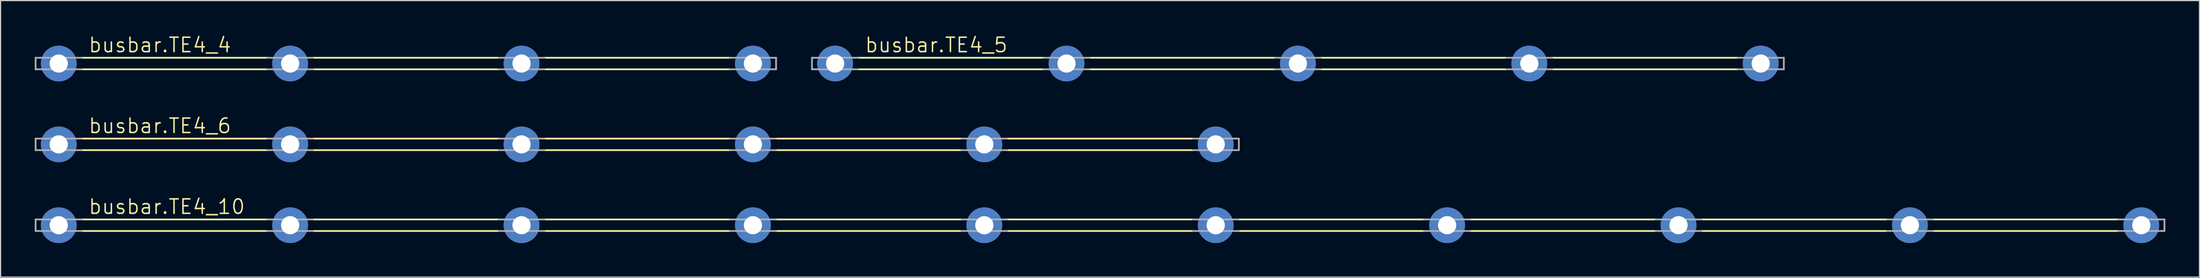
<source format=kicad_pcb>
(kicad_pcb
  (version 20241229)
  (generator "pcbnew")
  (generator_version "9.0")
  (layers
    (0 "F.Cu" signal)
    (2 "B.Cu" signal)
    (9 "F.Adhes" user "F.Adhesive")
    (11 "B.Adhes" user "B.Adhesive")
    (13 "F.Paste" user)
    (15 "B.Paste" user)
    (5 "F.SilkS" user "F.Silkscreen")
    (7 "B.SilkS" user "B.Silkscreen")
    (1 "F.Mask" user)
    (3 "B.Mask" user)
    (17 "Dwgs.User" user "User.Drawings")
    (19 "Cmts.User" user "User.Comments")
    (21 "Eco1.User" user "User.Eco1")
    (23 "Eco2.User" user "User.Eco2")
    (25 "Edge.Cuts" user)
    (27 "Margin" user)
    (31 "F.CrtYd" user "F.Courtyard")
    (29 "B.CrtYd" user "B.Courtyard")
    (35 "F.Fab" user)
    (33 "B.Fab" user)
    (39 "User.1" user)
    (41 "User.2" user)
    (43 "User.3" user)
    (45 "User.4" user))
  (footprint "busbar.TE4_10"
    (layer "F.Cu")
    (at 93.548 16.797)
    (property "Reference" "busbar.TE4_10" (at -88.9 -0.889 0) (layer "F.SilkS") (effects (font (size 1.27 1.27) (thickness 0.13)) (justify left bottom)))
    (attr through_hole)
    (fp_line (start -89.408 -0.508) (end -73.152 -0.508) (stroke (width 0.152) (type default)) (layer "F.SilkS"))
    (fp_line (start -89.408 0.508) (end -73.152 0.508) (stroke (width 0.152) (type default)) (layer "F.SilkS"))
    (fp_line (start -69.088 -0.508) (end -52.832 -0.508) (stroke (width 0.152) (type default)) (layer "F.SilkS"))
    (fp_line (start -69.088 0.508) (end -52.832 0.508) (stroke (width 0.152) (type default)) (layer "F.SilkS"))
    (fp_line (start -48.768 -0.508) (end -32.512 -0.508) (stroke (width 0.152) (type default)) (layer "F.SilkS"))
    (fp_line (start -48.768 0.508) (end -32.512 0.508) (stroke (width 0.152) (type default)) (layer "F.SilkS"))
    (fp_line (start -28.448 -0.508) (end -12.192 -0.508) (stroke (width 0.152) (type default)) (layer "F.SilkS"))
    (fp_line (start -28.448 0.508) (end -12.192 0.508) (stroke (width 0.152) (type default)) (layer "F.SilkS"))
    (fp_line (start -8.128 -0.508) (end 8.128 -0.508) (stroke (width 0.152) (type default)) (layer "F.SilkS"))
    (fp_line (start -8.128 0.508) (end 8.128 0.508) (stroke (width 0.152) (type default)) (layer "F.SilkS"))
    (fp_line (start 12.192 -0.508) (end 28.448 -0.508) (stroke (width 0.152) (type default)) (layer "F.SilkS"))
    (fp_line (start 12.192 0.508) (end 28.448 0.508) (stroke (width 0.152) (type default)) (layer "F.SilkS"))
    (fp_line (start 32.512 -0.508) (end 48.768 -0.508) (stroke (width 0.152) (type default)) (layer "F.SilkS"))
    (fp_line (start 32.512 0.508) (end 48.768 0.508) (stroke (width 0.152) (type default)) (layer "F.SilkS"))
    (fp_line (start 52.832 -0.508) (end 69.088 -0.508) (stroke (width 0.152) (type default)) (layer "F.SilkS"))
    (fp_line (start 52.832 0.508) (end 69.088 0.508) (stroke (width 0.152) (type default)) (layer "F.SilkS"))
    (fp_line (start 73.152 -0.508) (end 89.408 -0.508) (stroke (width 0.152) (type default)) (layer "F.SilkS"))
    (fp_line (start 73.152 0.508) (end 89.408 0.508) (stroke (width 0.152) (type default)) (layer "F.SilkS"))
    (fp_line (start -93.472 -0.508) (end -93.472 0.508) (stroke (width 0.152) (type default)) (layer "F.Fab"))
    (fp_line (start -93.472 0.508) (end -89.408 0.508) (stroke (width 0.152) (type default)) (layer "F.Fab"))
    (fp_line (start -89.408 -0.508) (end -93.472 -0.508) (stroke (width 0.152) (type default)) (layer "F.Fab"))
    (fp_line (start -73.152 0.508) (end -69.088 0.508) (stroke (width 0.152) (type default)) (layer "F.Fab"))
    (fp_line (start -69.088 -0.508) (end -73.152 -0.508) (stroke (width 0.152) (type default)) (layer "F.Fab"))
    (fp_line (start -48.768 -0.508) (end -52.832 -0.508) (stroke (width 0.152) (type default)) (layer "F.Fab"))
    (fp_line (start -48.768 0.508) (end -52.832 0.508) (stroke (width 0.152) (type default)) (layer "F.Fab"))
    (fp_line (start -32.512 0.508) (end -28.448 0.508) (stroke (width 0.152) (type default)) (layer "F.Fab"))
    (fp_line (start -28.448 -0.508) (end -32.512 -0.508) (stroke (width 0.152) (type default)) (layer "F.Fab"))
    (fp_line (start -12.192 0.508) (end -8.128 0.508) (stroke (width 0.152) (type default)) (layer "F.Fab"))
    (fp_line (start -8.128 -0.508) (end -12.192 -0.508) (stroke (width 0.152) (type default)) (layer "F.Fab"))
    (fp_line (start 12.192 -0.508) (end 8.128 -0.508) (stroke (width 0.152) (type default)) (layer "F.Fab"))
    (fp_line (start 12.192 0.508) (end 8.128 0.508) (stroke (width 0.152) (type default)) (layer "F.Fab"))
    (fp_line (start 28.448 0.508) (end 32.512 0.508) (stroke (width 0.152) (type default)) (layer "F.Fab"))
    (fp_line (start 32.512 -0.508) (end 28.448 -0.508) (stroke (width 0.152) (type default)) (layer "F.Fab"))
    (fp_line (start 48.768 0.508) (end 52.832 0.508) (stroke (width 0.152) (type default)) (layer "F.Fab"))
    (fp_line (start 52.832 -0.508) (end 48.768 -0.508) (stroke (width 0.152) (type default)) (layer "F.Fab"))
    (fp_line (start 73.152 -0.508) (end 69.088 -0.508) (stroke (width 0.152) (type default)) (layer "F.Fab"))
    (fp_line (start 73.152 0.508) (end 69.088 0.508) (stroke (width 0.152) (type default)) (layer "F.Fab"))
    (fp_line (start 93.472 -0.508) (end 89.408 -0.508) (stroke (width 0.152) (type default)) (layer "F.Fab"))
    (fp_line (start 93.472 -0.508) (end 93.472 0.508) (stroke (width 0.152) (type default)) (layer "F.Fab"))
    (fp_line (start 93.472 0.508) (end 89.408 0.508) (stroke (width 0.152) (type default)) (layer "F.Fab"))
    (pad "1" thru_hole circle (at -91.44 0) (size 3.15 3.15) (drill 1.6) (layers "*.Cu" "*.Mask"))
    (pad "2" thru_hole circle (at -71.12 0) (size 3.15 3.15) (drill 1.6) (layers "*.Cu" "*.Mask"))
    (pad "3" thru_hole circle (at -50.8 0) (size 3.15 3.15) (drill 1.6) (layers "*.Cu" "*.Mask"))
    (pad "4" thru_hole circle (at -30.48 0) (size 3.15 3.15) (drill 1.6) (layers "*.Cu" "*.Mask"))
    (pad "5" thru_hole circle (at -10.16 0) (size 3.15 3.15) (drill 1.6) (layers "*.Cu" "*.Mask"))
    (pad "6" thru_hole circle (at 10.16 0) (size 3.15 3.15) (drill 1.6) (layers "*.Cu" "*.Mask"))
    (pad "7" thru_hole circle (at 30.48 0) (size 3.15 3.15) (drill 1.6) (layers "*.Cu" "*.Mask"))
    (pad "8" thru_hole circle (at 50.8 0) (size 3.15 3.15) (drill 1.6) (layers "*.Cu" "*.Mask"))
    (pad "9" thru_hole circle (at 71.12 0) (size 3.15 3.15) (drill 1.6) (layers "*.Cu" "*.Mask"))
    (pad "10" thru_hole circle (at 91.44 0) (size 3.15 3.15) (drill 1.6) (layers "*.Cu" "*.Mask")))
  (footprint "busbar.TE4_4"
    (layer "F.Cu")
    (at 32.588 2.549)
    (property "Reference" "busbar.TE4_4" (at -27.94 -0.889 0) (layer "F.SilkS") (effects (font (size 1.27 1.27) (thickness 0.13)) (justify left bottom)))
    (attr through_hole)
    (fp_line (start -28.448 -0.508) (end -12.192 -0.508) (stroke (width 0.152) (type default)) (layer "F.SilkS"))
    (fp_line (start -28.448 0.508) (end -12.192 0.508) (stroke (width 0.152) (type default)) (layer "F.SilkS"))
    (fp_line (start -8.128 -0.508) (end 8.128 -0.508) (stroke (width 0.152) (type default)) (layer "F.SilkS"))
    (fp_line (start -8.128 0.508) (end 8.128 0.508) (stroke (width 0.152) (type default)) (layer "F.SilkS"))
    (fp_line (start 12.192 -0.508) (end 28.448 -0.508) (stroke (width 0.152) (type default)) (layer "F.SilkS"))
    (fp_line (start 12.192 0.508) (end 28.448 0.508) (stroke (width 0.152) (type default)) (layer "F.SilkS"))
    (fp_line (start -32.512 -0.508) (end -32.512 0.508) (stroke (width 0.152) (type default)) (layer "F.Fab"))
    (fp_line (start -32.512 0.508) (end -28.448 0.508) (stroke (width 0.152) (type default)) (layer "F.Fab"))
    (fp_line (start -28.448 -0.508) (end -32.512 -0.508) (stroke (width 0.152) (type default)) (layer "F.Fab"))
    (fp_line (start -12.192 0.508) (end -8.128 0.508) (stroke (width 0.152) (type default)) (layer "F.Fab"))
    (fp_line (start -8.128 -0.508) (end -12.192 -0.508) (stroke (width 0.152) (type default)) (layer "F.Fab"))
    (fp_line (start 8.128 -0.508) (end 12.192 -0.508) (stroke (width 0.152) (type default)) (layer "F.Fab"))
    (fp_line (start 8.128 0.508) (end 12.192 0.508) (stroke (width 0.152) (type default)) (layer "F.Fab"))
    (fp_line (start 28.448 0.508) (end 32.512 0.508) (stroke (width 0.152) (type default)) (layer "F.Fab"))
    (fp_line (start 32.512 -0.508) (end 28.448 -0.508) (stroke (width 0.152) (type default)) (layer "F.Fab"))
    (fp_line (start 32.512 0.508) (end 32.512 -0.508) (stroke (width 0.152) (type default)) (layer "F.Fab"))
    (pad "1" thru_hole circle (at -30.48 0) (size 3.15 3.15) (drill 1.6) (layers "*.Cu" "*.Mask"))
    (pad "2" thru_hole circle (at -10.16 0) (size 3.15 3.15) (drill 1.6) (layers "*.Cu" "*.Mask"))
    (pad "3" thru_hole circle (at 10.16 0) (size 3.15 3.15) (drill 1.6) (layers "*.Cu" "*.Mask"))
    (pad "4" thru_hole circle (at 30.48 0) (size 3.15 3.15) (drill 1.6) (layers "*.Cu" "*.Mask")))
  (footprint "busbar.TE4_6"
    (layer "F.Cu")
    (at 52.908 9.673)
    (property "Reference" "busbar.TE4_6" (at -48.26 -0.889 0) (layer "F.SilkS") (effects (font (size 1.27 1.27) (thickness 0.13)) (justify left bottom)))
    (attr through_hole)
    (fp_line (start -48.768 -0.508) (end -32.512 -0.508) (stroke (width 0.152) (type default)) (layer "F.SilkS"))
    (fp_line (start -48.768 0.508) (end -32.512 0.508) (stroke (width 0.152) (type default)) (layer "F.SilkS"))
    (fp_line (start -28.448 -0.508) (end -12.192 -0.508) (stroke (width 0.152) (type default)) (layer "F.SilkS"))
    (fp_line (start -28.448 0.508) (end -12.192 0.508) (stroke (width 0.152) (type default)) (layer "F.SilkS"))
    (fp_line (start -8.128 -0.508) (end 8.128 -0.508) (stroke (width 0.152) (type default)) (layer "F.SilkS"))
    (fp_line (start -8.128 0.508) (end 8.128 0.508) (stroke (width 0.152) (type default)) (layer "F.SilkS"))
    (fp_line (start 12.192 -0.508) (end 28.448 -0.508) (stroke (width 0.152) (type default)) (layer "F.SilkS"))
    (fp_line (start 12.192 0.508) (end 28.448 0.508) (stroke (width 0.152) (type default)) (layer "F.SilkS"))
    (fp_line (start 32.512 -0.508) (end 48.768 -0.508) (stroke (width 0.152) (type default)) (layer "F.SilkS"))
    (fp_line (start 32.512 0.508) (end 48.768 0.508) (stroke (width 0.152) (type default)) (layer "F.SilkS"))
    (fp_line (start -52.832 -0.508) (end -52.832 0.508) (stroke (width 0.152) (type default)) (layer "F.Fab"))
    (fp_line (start -52.832 0.508) (end -48.768 0.508) (stroke (width 0.152) (type default)) (layer "F.Fab"))
    (fp_line (start -48.768 -0.508) (end -52.832 -0.508) (stroke (width 0.152) (type default)) (layer "F.Fab"))
    (fp_line (start -32.512 0.508) (end -28.448 0.508) (stroke (width 0.152) (type default)) (layer "F.Fab"))
    (fp_line (start -28.448 -0.508) (end -32.512 -0.508) (stroke (width 0.152) (type default)) (layer "F.Fab"))
    (fp_line (start -8.128 -0.508) (end -12.192 -0.508) (stroke (width 0.152) (type default)) (layer "F.Fab"))
    (fp_line (start -8.128 0.508) (end -12.192 0.508) (stroke (width 0.152) (type default)) (layer "F.Fab"))
    (fp_line (start 8.128 0.508) (end 12.192 0.508) (stroke (width 0.152) (type default)) (layer "F.Fab"))
    (fp_line (start 12.192 -0.508) (end 8.128 -0.508) (stroke (width 0.152) (type default)) (layer "F.Fab"))
    (fp_line (start 28.448 0.508) (end 32.512 0.508) (stroke (width 0.152) (type default)) (layer "F.Fab"))
    (fp_line (start 32.512 -0.508) (end 28.448 -0.508) (stroke (width 0.152) (type default)) (layer "F.Fab"))
    (fp_line (start 52.832 -0.508) (end 48.768 -0.508) (stroke (width 0.152) (type default)) (layer "F.Fab"))
    (fp_line (start 52.832 -0.508) (end 52.832 0.508) (stroke (width 0.152) (type default)) (layer "F.Fab"))
    (fp_line (start 52.832 0.508) (end 48.768 0.508) (stroke (width 0.152) (type default)) (layer "F.Fab"))
    (pad "1" thru_hole circle (at -50.8 0) (size 3.15 3.15) (drill 1.6) (layers "*.Cu" "*.Mask"))
    (pad "2" thru_hole circle (at -30.48 0) (size 3.15 3.15) (drill 1.6) (layers "*.Cu" "*.Mask"))
    (pad "3" thru_hole circle (at -10.16 0) (size 3.15 3.15) (drill 1.6) (layers "*.Cu" "*.Mask"))
    (pad "4" thru_hole circle (at 10.16 0) (size 3.15 3.15) (drill 1.6) (layers "*.Cu" "*.Mask"))
    (pad "5" thru_hole circle (at 30.48 0) (size 3.15 3.15) (drill 1.6) (layers "*.Cu" "*.Mask"))
    (pad "6" thru_hole circle (at 50.8 0) (size 3.15 3.15) (drill 1.6) (layers "*.Cu" "*.Mask")))
  (footprint "busbar.TE4_5"
    (layer "F.Cu")
    (at 110.925 2.549)
    (property "Reference" "busbar.TE4_5" (at -38.1 -0.889 0) (layer "F.SilkS") (effects (font (size 1.27 1.27) (thickness 0.13)) (justify left bottom)))
    (attr through_hole)
    (fp_line (start -38.608 -0.508) (end -22.352 -0.508) (stroke (width 0.152) (type default)) (layer "F.SilkS"))
    (fp_line (start -38.608 0.508) (end -22.352 0.508) (stroke (width 0.152) (type default)) (layer "F.SilkS"))
    (fp_line (start -18.288 -0.508) (end -2.032 -0.508) (stroke (width 0.152) (type default)) (layer "F.SilkS"))
    (fp_line (start -18.288 0.508) (end -2.032 0.508) (stroke (width 0.152) (type default)) (layer "F.SilkS"))
    (fp_line (start 2.032 -0.508) (end 18.288 -0.508) (stroke (width 0.152) (type default)) (layer "F.SilkS"))
    (fp_line (start 2.032 0.508) (end 18.288 0.508) (stroke (width 0.152) (type default)) (layer "F.SilkS"))
    (fp_line (start 22.352 -0.508) (end 38.608 -0.508) (stroke (width 0.152) (type default)) (layer "F.SilkS"))
    (fp_line (start 22.352 0.508) (end 38.608 0.508) (stroke (width 0.152) (type default)) (layer "F.SilkS"))
    (fp_line (start -42.672 -0.508) (end -42.672 0.508) (stroke (width 0.152) (type default)) (layer "F.Fab"))
    (fp_line (start -42.672 0.508) (end -38.608 0.508) (stroke (width 0.152) (type default)) (layer "F.Fab"))
    (fp_line (start -38.608 -0.508) (end -42.672 -0.508) (stroke (width 0.152) (type default)) (layer "F.Fab"))
    (fp_line (start -22.352 0.508) (end -18.288 0.508) (stroke (width 0.152) (type default)) (layer "F.Fab"))
    (fp_line (start -18.288 -0.508) (end -22.352 -0.508) (stroke (width 0.152) (type default)) (layer "F.Fab"))
    (fp_line (start -2.032 0.508) (end 2.032 0.508) (stroke (width 0.152) (type default)) (layer "F.Fab"))
    (fp_line (start 2.032 -0.508) (end -2.032 -0.508) (stroke (width 0.152) (type default)) (layer "F.Fab"))
    (fp_line (start 18.288 0.508) (end 22.352 0.508) (stroke (width 0.152) (type default)) (layer "F.Fab"))
    (fp_line (start 22.352 -0.508) (end 18.288 -0.508) (stroke (width 0.152) (type default)) (layer "F.Fab"))
    (fp_line (start 38.608 0.508) (end 42.672 0.508) (stroke (width 0.152) (type default)) (layer "F.Fab"))
    (fp_line (start 42.672 -0.508) (end 38.608 -0.508) (stroke (width 0.152) (type default)) (layer "F.Fab"))
    (fp_line (start 42.672 0.508) (end 42.672 -0.508) (stroke (width 0.152) (type default)) (layer "F.Fab"))
    (pad "1" thru_hole circle (at -40.64 0) (size 3.15 3.15) (drill 1.6) (layers "*.Cu" "*.Mask"))
    (pad "2" thru_hole circle (at -20.32 0) (size 3.15 3.15) (drill 1.6) (layers "*.Cu" "*.Mask"))
    (pad "3" thru_hole circle (at 0 0) (size 3.15 3.15) (drill 1.6) (layers "*.Cu" "*.Mask"))
    (pad "4" thru_hole circle (at 20.32 0) (size 3.15 3.15) (drill 1.6) (layers "*.Cu" "*.Mask"))
    (pad "5" thru_hole circle (at 40.64 0) (size 3.15 3.15) (drill 1.6) (layers "*.Cu" "*.Mask")))
  (gr_rect
    (start -3 -3)
    (end 190.096 21.371)
    (stroke (width 0.1) (type default))
    (fill no)
    (layer "Edge.Cuts")))
</source>
